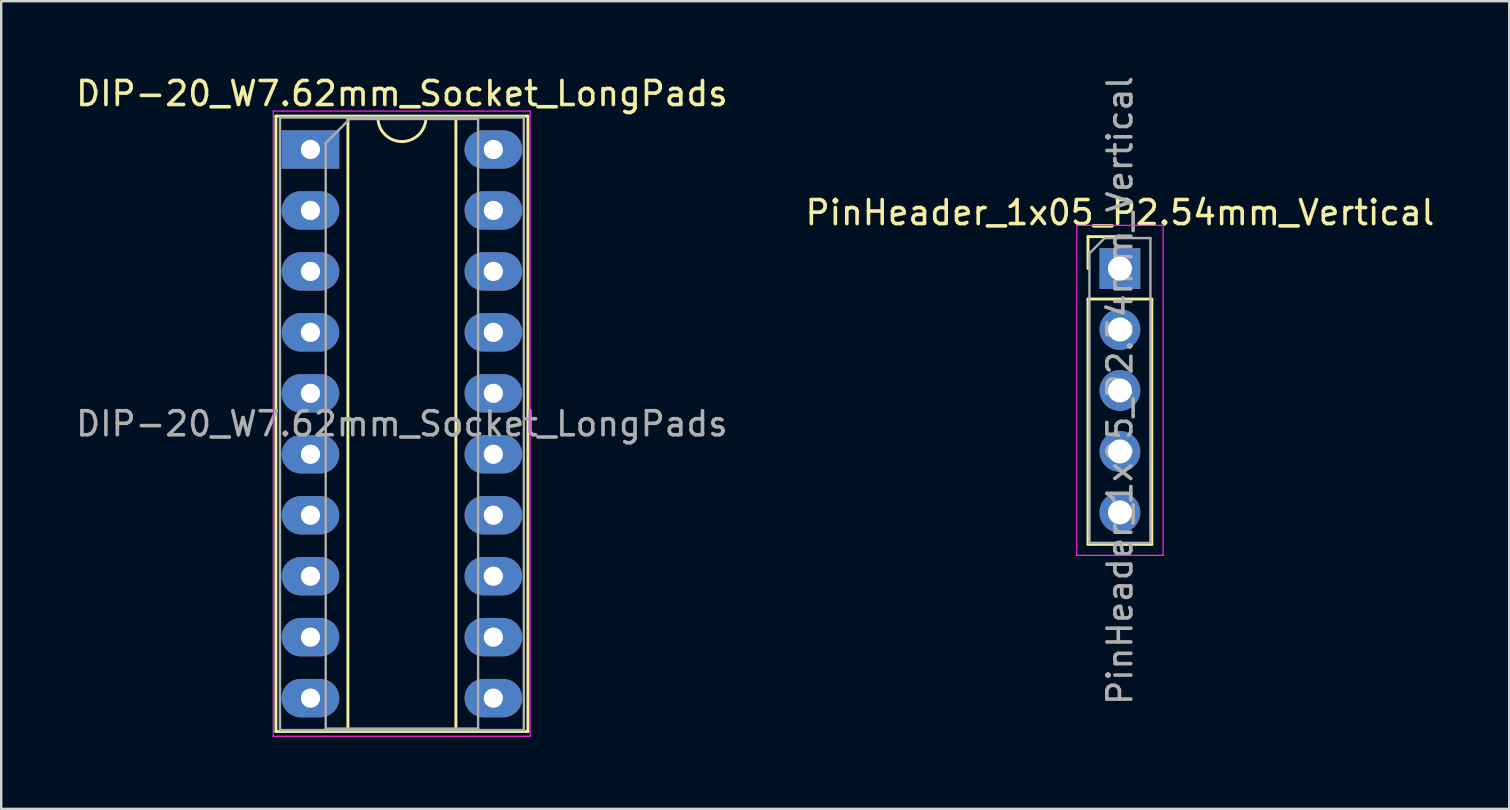
<source format=kicad_pcb>
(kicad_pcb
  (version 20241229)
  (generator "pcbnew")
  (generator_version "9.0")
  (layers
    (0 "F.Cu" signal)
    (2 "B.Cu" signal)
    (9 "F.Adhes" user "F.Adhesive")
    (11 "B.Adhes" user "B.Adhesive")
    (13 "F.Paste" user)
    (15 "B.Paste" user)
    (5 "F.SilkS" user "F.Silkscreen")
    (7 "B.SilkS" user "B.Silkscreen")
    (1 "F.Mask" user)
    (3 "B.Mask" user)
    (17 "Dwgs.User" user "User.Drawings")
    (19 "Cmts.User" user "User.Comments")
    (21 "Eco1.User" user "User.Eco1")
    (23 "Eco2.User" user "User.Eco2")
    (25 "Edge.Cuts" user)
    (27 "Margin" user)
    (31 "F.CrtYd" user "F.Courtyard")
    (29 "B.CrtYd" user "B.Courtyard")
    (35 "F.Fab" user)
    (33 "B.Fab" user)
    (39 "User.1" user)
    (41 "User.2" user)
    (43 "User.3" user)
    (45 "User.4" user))
  (footprint "PinHeader_1x05_P2.54mm_Vertical"
    (layer "F.Cu")
    (at 43.613 8.14)
    (property "Reference" "PinHeader_1x05_P2.54mm_Vertical" (at 0 -2.33 0) (layer "F.SilkS") (effects (font (size 1 1) (thickness 0.15))))
    (attr through_hole)
    (fp_line (start -1.33 -1.33) (end 0 -1.33) (stroke (width 0.12) (type solid)) (layer "F.SilkS"))
    (fp_line (start -1.33 0) (end -1.33 -1.33) (stroke (width 0.12) (type solid)) (layer "F.SilkS"))
    (fp_line (start -1.33 1.27) (end -1.33 11.49) (stroke (width 0.12) (type solid)) (layer "F.SilkS"))
    (fp_line (start -1.33 1.27) (end 1.33 1.27) (stroke (width 0.12) (type solid)) (layer "F.SilkS"))
    (fp_line (start -1.33 11.49) (end 1.33 11.49) (stroke (width 0.12) (type solid)) (layer "F.SilkS"))
    (fp_line (start 1.33 1.27) (end 1.33 11.49) (stroke (width 0.12) (type solid)) (layer "F.SilkS"))
    (fp_line (start -1.8 -1.8) (end -1.8 11.95) (stroke (width 0.05) (type solid)) (layer "F.CrtYd"))
    (fp_line (start -1.8 11.95) (end 1.8 11.95) (stroke (width 0.05) (type solid)) (layer "F.CrtYd"))
    (fp_line (start 1.8 -1.8) (end -1.8 -1.8) (stroke (width 0.05) (type solid)) (layer "F.CrtYd"))
    (fp_line (start 1.8 11.95) (end 1.8 -1.8) (stroke (width 0.05) (type solid)) (layer "F.CrtYd"))
    (fp_line (start -1.27 -0.635) (end -0.635 -1.27) (stroke (width 0.1) (type solid)) (layer "F.Fab"))
    (fp_line (start -1.27 11.43) (end -1.27 -0.635) (stroke (width 0.1) (type solid)) (layer "F.Fab"))
    (fp_line (start -0.635 -1.27) (end 1.27 -1.27) (stroke (width 0.1) (type solid)) (layer "F.Fab"))
    (fp_line (start 1.27 -1.27) (end 1.27 11.43) (stroke (width 0.1) (type solid)) (layer "F.Fab"))
    (fp_line (start 1.27 11.43) (end -1.27 11.43) (stroke (width 0.1) (type solid)) (layer "F.Fab"))
    (fp_text user "${REFERENCE}" (at 0 5.08 270) (layer "F.Fab") (effects (font (size 1 1) (thickness 0.15))))
    (pad "1" thru_hole rect (at 0 0) (size 1.7 1.7) (drill 1) (layers "*.Cu" "*.Mask"))
    (pad "2" thru_hole oval (at 0 2.54) (size 1.7 1.7) (drill 1) (layers "*.Cu" "*.Mask"))
    (pad "3" thru_hole oval (at 0 5.08) (size 1.7 1.7) (drill 1) (layers "*.Cu" "*.Mask"))
    (pad "4" thru_hole oval (at 0 7.62) (size 1.7 1.7) (drill 1) (layers "*.Cu" "*.Mask"))
    (pad "5" thru_hole oval (at 0 10.16) (size 1.7 1.7) (drill 1) (layers "*.Cu" "*.Mask")))
  (footprint "DIP-20_W7.62mm_Socket_LongPads"
    (layer "F.Cu")
    (at 9.886 3.178)
    (property "Reference" "DIP-20_W7.62mm_Socket_LongPads" (at 3.81 -2.33 180) (layer "F.SilkS") (effects (font (size 1 1) (thickness 0.15))))
    (attr through_hole)
    (fp_line (start -1.44 -1.39) (end -1.44 24.25) (stroke (width 0.12) (type solid)) (layer "F.SilkS"))
    (fp_line (start -1.44 24.25) (end 9.06 24.25) (stroke (width 0.12) (type solid)) (layer "F.SilkS"))
    (fp_line (start 1.56 -1.33) (end 1.56 24.19) (stroke (width 0.12) (type solid)) (layer "F.SilkS"))
    (fp_line (start 1.56 24.19) (end 6.06 24.19) (stroke (width 0.12) (type solid)) (layer "F.SilkS"))
    (fp_line (start 2.81 -1.33) (end 1.56 -1.33) (stroke (width 0.12) (type solid)) (layer "F.SilkS"))
    (fp_line (start 6.06 -1.33) (end 4.81 -1.33) (stroke (width 0.12) (type solid)) (layer "F.SilkS"))
    (fp_line (start 6.06 24.19) (end 6.06 -1.33) (stroke (width 0.12) (type solid)) (layer "F.SilkS"))
    (fp_line (start 9.06 -1.39) (end -1.44 -1.39) (stroke (width 0.12) (type solid)) (layer "F.SilkS"))
    (fp_line (start 9.06 24.25) (end 9.06 -1.39) (stroke (width 0.12) (type solid)) (layer "F.SilkS"))
    (fp_arc (start 4.81 -1.33) (mid 3.81 -0.33) (end 2.81 -1.33) (stroke (width 0.12) (type solid)) (layer "F.SilkS"))
    (fp_line (start -1.55 -1.6) (end -1.55 24.45) (stroke (width 0.05) (type solid)) (layer "F.CrtYd"))
    (fp_line (start -1.55 24.45) (end 9.15 24.45) (stroke (width 0.05) (type solid)) (layer "F.CrtYd"))
    (fp_line (start 9.15 -1.6) (end -1.55 -1.6) (stroke (width 0.05) (type solid)) (layer "F.CrtYd"))
    (fp_line (start 9.15 24.45) (end 9.15 -1.6) (stroke (width 0.05) (type solid)) (layer "F.CrtYd"))
    (fp_line (start -1.27 -1.33) (end -1.27 24.19) (stroke (width 0.1) (type solid)) (layer "F.Fab"))
    (fp_line (start -1.27 24.19) (end 8.89 24.19) (stroke (width 0.1) (type solid)) (layer "F.Fab"))
    (fp_line (start 0.635 -0.27) (end 1.635 -1.27) (stroke (width 0.1) (type solid)) (layer "F.Fab"))
    (fp_line (start 0.635 24.13) (end 0.635 -0.27) (stroke (width 0.1) (type solid)) (layer "F.Fab"))
    (fp_line (start 1.635 -1.27) (end 6.985 -1.27) (stroke (width 0.1) (type solid)) (layer "F.Fab"))
    (fp_line (start 6.985 -1.27) (end 6.985 24.13) (stroke (width 0.1) (type solid)) (layer "F.Fab"))
    (fp_line (start 6.985 24.13) (end 0.635 24.13) (stroke (width 0.1) (type solid)) (layer "F.Fab"))
    (fp_line (start 8.89 -1.33) (end -1.27 -1.33) (stroke (width 0.1) (type solid)) (layer "F.Fab"))
    (fp_line (start 8.89 24.19) (end 8.89 -1.33) (stroke (width 0.1) (type solid)) (layer "F.Fab"))
    (fp_text user "${REFERENCE}" (at 3.81 11.43 180) (layer "F.Fab") (effects (font (size 1 1) (thickness 0.15))))
    (pad "1" thru_hole rect (at 0 0) (size 2.4 1.6) (drill 0.8) (layers "*.Cu" "*.Mask"))
    (pad "2" thru_hole oval (at 0 2.54) (size 2.4 1.6) (drill 0.8) (layers "*.Cu" "*.Mask"))
    (pad "3" thru_hole oval (at 0 5.08) (size 2.4 1.6) (drill 0.8) (layers "*.Cu" "*.Mask"))
    (pad "4" thru_hole oval (at 0 7.62) (size 2.4 1.6) (drill 0.8) (layers "*.Cu" "*.Mask"))
    (pad "5" thru_hole oval (at 0 10.16) (size 2.4 1.6) (drill 0.8) (layers "*.Cu" "*.Mask"))
    (pad "6" thru_hole oval (at 0 12.7) (size 2.4 1.6) (drill 0.8) (layers "*.Cu" "*.Mask"))
    (pad "7" thru_hole oval (at 0 15.24) (size 2.4 1.6) (drill 0.8) (layers "*.Cu" "*.Mask"))
    (pad "8" thru_hole oval (at 0 17.78) (size 2.4 1.6) (drill 0.8) (layers "*.Cu" "*.Mask"))
    (pad "9" thru_hole oval (at 0 20.32) (size 2.4 1.6) (drill 0.8) (layers "*.Cu" "*.Mask"))
    (pad "10" thru_hole oval (at 0 22.86) (size 2.4 1.6) (drill 0.8) (layers "*.Cu" "*.Mask"))
    (pad "11" thru_hole oval (at 7.62 22.86) (size 2.4 1.6) (drill 0.8) (layers "*.Cu" "*.Mask"))
    (pad "12" thru_hole oval (at 7.62 20.32) (size 2.4 1.6) (drill 0.8) (layers "*.Cu" "*.Mask"))
    (pad "13" thru_hole oval (at 7.62 17.78) (size 2.4 1.6) (drill 0.8) (layers "*.Cu" "*.Mask"))
    (pad "14" thru_hole oval (at 7.62 15.24) (size 2.4 1.6) (drill 0.8) (layers "*.Cu" "*.Mask"))
    (pad "15" thru_hole oval (at 7.62 12.7) (size 2.4 1.6) (drill 0.8) (layers "*.Cu" "*.Mask"))
    (pad "16" thru_hole oval (at 7.62 10.16) (size 2.4 1.6) (drill 0.8) (layers "*.Cu" "*.Mask"))
    (pad "17" thru_hole oval (at 7.62 7.62) (size 2.4 1.6) (drill 0.8) (layers "*.Cu" "*.Mask"))
    (pad "18" thru_hole oval (at 7.62 5.08) (size 2.4 1.6) (drill 0.8) (layers "*.Cu" "*.Mask"))
    (pad "19" thru_hole oval (at 7.62 2.54) (size 2.4 1.6) (drill 0.8) (layers "*.Cu" "*.Mask"))
    (pad "20" thru_hole oval (at 7.62 0) (size 2.4 1.6) (drill 0.8) (layers "*.Cu" "*.Mask")))
  (gr_rect
    (start -3 -3)
    (end 59.833 30.653)
    (stroke (width 0.1) (type default))
    (fill no)
    (layer "Edge.Cuts")))
</source>
